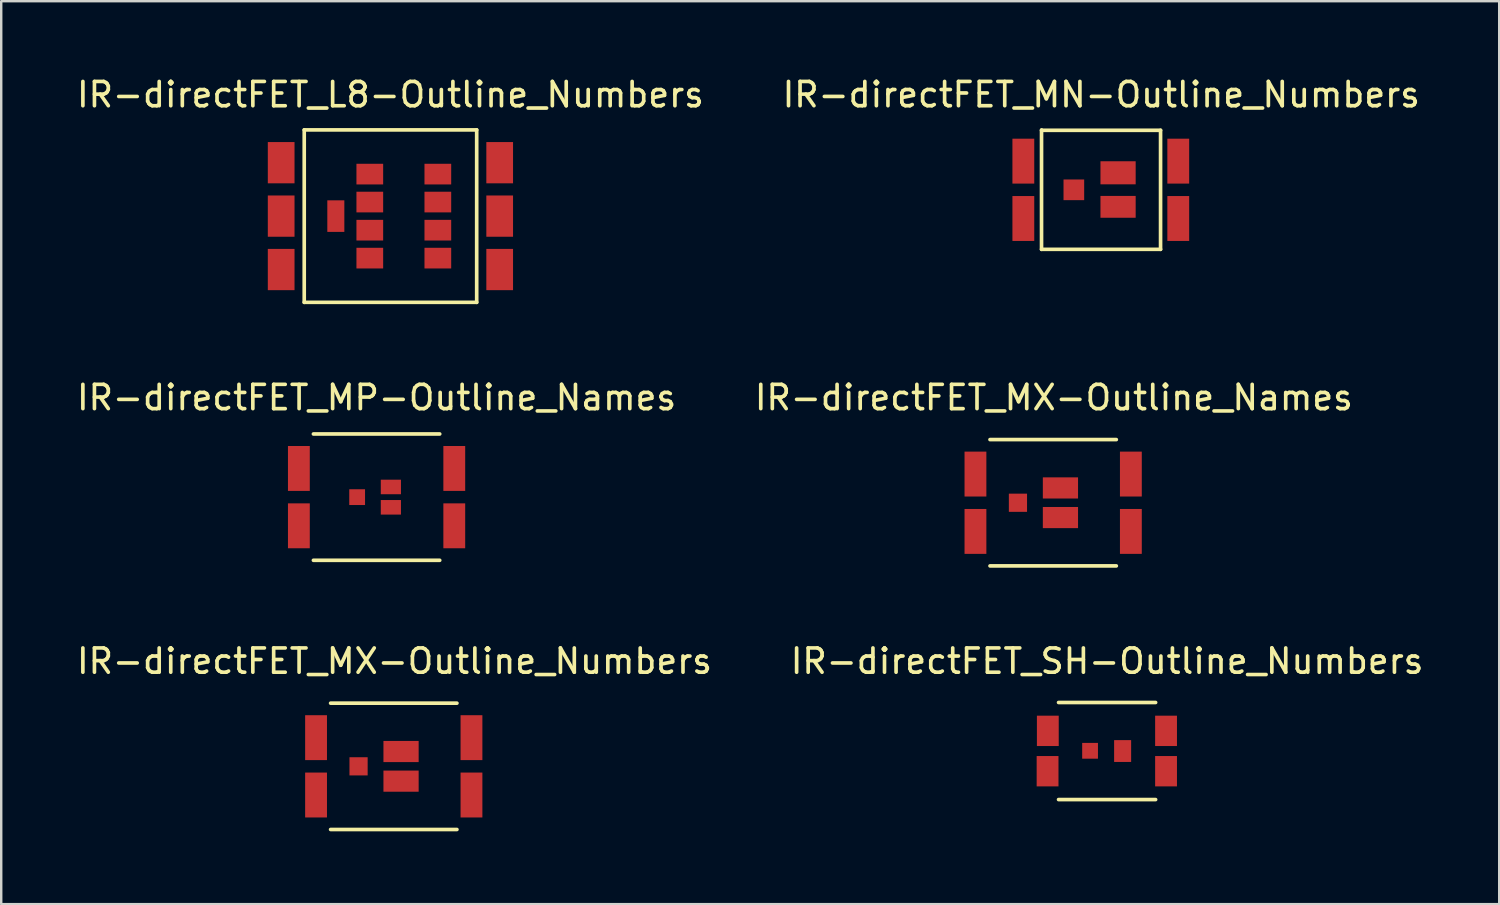
<source format=kicad_pcb>
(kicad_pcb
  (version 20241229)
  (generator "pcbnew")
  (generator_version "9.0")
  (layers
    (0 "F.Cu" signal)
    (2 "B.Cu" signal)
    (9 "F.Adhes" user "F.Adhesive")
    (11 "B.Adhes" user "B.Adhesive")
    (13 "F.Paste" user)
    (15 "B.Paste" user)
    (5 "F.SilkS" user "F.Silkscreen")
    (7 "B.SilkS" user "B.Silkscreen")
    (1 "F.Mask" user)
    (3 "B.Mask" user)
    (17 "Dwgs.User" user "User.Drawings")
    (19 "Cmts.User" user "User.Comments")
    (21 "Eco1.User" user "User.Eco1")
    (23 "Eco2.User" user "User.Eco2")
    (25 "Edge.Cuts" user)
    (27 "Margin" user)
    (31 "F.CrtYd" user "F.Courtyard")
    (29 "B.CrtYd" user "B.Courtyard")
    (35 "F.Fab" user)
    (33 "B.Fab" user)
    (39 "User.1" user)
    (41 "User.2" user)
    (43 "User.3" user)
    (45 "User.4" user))
  (footprint "IR-directFET_L8-Outline_Numbers"
    (layer "F.Cu")
    (at 13.03 5.85)
    (property "Reference" "IR-directFET_L8-Outline_Numbers" (at 0 -5.001 0) (layer "F.SilkS") (effects (font (size 1 1) (thickness 0.15))))
    (attr through_hole)
    (fp_line (start -3.551 -3.551) (end 3.551 -3.551) (stroke (width 0.15) (type solid)) (layer "F.SilkS"))
    (fp_line (start -3.551 3.551) (end -3.551 -3.551) (stroke (width 0.15) (type solid)) (layer "F.SilkS"))
    (fp_line (start 3.551 -3.551) (end 3.551 3.551) (stroke (width 0.15) (type solid)) (layer "F.SilkS"))
    (fp_line (start 3.551 3.551) (end -3.551 3.551) (stroke (width 0.15) (type solid)) (layer "F.SilkS"))
    (pad "1" smd rect (at 4.498 -2.2) (size 1.1 1.699) (layers "F.Cu" "F.Mask" "F.Paste"))
    (pad "2" smd rect (at 4.498 0) (size 1.1 1.699) (layers "F.Cu" "F.Mask" "F.Paste"))
    (pad "3" smd rect (at 4.498 2.2) (size 1.1 1.699) (layers "F.Cu" "F.Mask" "F.Paste"))
    (pad "4" smd rect (at 1.951 -1.73) (size 1.1 0.851) (layers "F.Cu" "F.Mask" "F.Paste"))
    (pad "5" smd rect (at 1.951 -0.579) (size 1.1 0.851) (layers "F.Cu" "F.Mask" "F.Paste"))
    (pad "6" smd rect (at 1.951 0.579) (size 1.1 0.851) (layers "F.Cu" "F.Mask" "F.Paste"))
    (pad "7" smd rect (at 1.951 1.73) (size 1.1 0.851) (layers "F.Cu" "F.Mask" "F.Paste"))
    (pad "8" smd rect (at -0.851 -1.73) (size 1.1 0.851) (layers "F.Cu" "F.Mask" "F.Paste"))
    (pad "9" smd rect (at -0.851 -0.579) (size 1.1 0.851) (layers "F.Cu" "F.Mask" "F.Paste"))
    (pad "10" smd rect (at -0.851 0.579) (size 1.1 0.851) (layers "F.Cu" "F.Mask" "F.Paste"))
    (pad "11" smd rect (at -0.851 1.73) (size 1.1 0.851) (layers "F.Cu" "F.Mask" "F.Paste"))
    (pad "12" smd rect (at -2.25 0) (size 0.701 1.3) (layers "F.Cu" "F.Mask" "F.Paste"))
    (pad "13" smd rect (at -4.501 -2.2) (size 1.1 1.699) (layers "F.Cu" "F.Mask" "F.Paste"))
    (pad "14" smd rect (at -4.501 0) (size 1.1 1.699) (layers "F.Cu" "F.Mask" "F.Paste"))
    (pad "15" smd rect (at -4.501 2.2) (size 1.1 1.699) (layers "F.Cu" "F.Mask" "F.Paste")))
  (footprint "IR-directFET_MX-Outline_Names"
    (layer "F.Cu")
    (at 40.321 17.654)
    (property "Reference" "IR-directFET_MX-Outline_Names" (at 0.03 -4.331 0) (layer "F.SilkS") (effects (font (size 1 1) (thickness 0.15))))
    (attr through_hole)
    (fp_line (start -2.601 -2.601) (end 2.601 -2.601) (stroke (width 0.15) (type solid)) (layer "F.SilkS"))
    (fp_line (start 2.601 2.601) (end -2.601 2.601) (stroke (width 0.15) (type solid)) (layer "F.SilkS"))
    (pad "D" smd rect (at -3.2 -1.181) (size 0.899 1.849) (layers "F.Cu" "F.Mask" "F.Paste"))
    (pad "D" smd rect (at -3.2 1.181) (size 0.899 1.849) (layers "F.Cu" "F.Mask" "F.Paste"))
    (pad "D" smd rect (at 3.2 -1.181) (size 0.899 1.849) (layers "F.Cu" "F.Mask" "F.Paste"))
    (pad "D" smd rect (at 3.2 1.181) (size 0.899 1.849) (layers "F.Cu" "F.Mask" "F.Paste"))
    (pad "G" smd rect (at -1.45 0) (size 0.749 0.749) (layers "F.Cu" "F.Mask" "F.Paste"))
    (pad "S" smd rect (at 0.3 -0.61) (size 1.45 0.871) (layers "F.Cu" "F.Mask" "F.Paste"))
    (pad "S" smd rect (at 0.3 0.61) (size 1.45 0.871) (layers "F.Cu" "F.Mask" "F.Paste")))
  (footprint "IR-directFET_MX-Outline_Numbers"
    (layer "F.Cu")
    (at 13.166 28.509)
    (property "Reference" "IR-directFET_MX-Outline_Numbers" (at 0.03 -4.331 0) (layer "F.SilkS") (effects (font (size 1 1) (thickness 0.15))))
    (attr through_hole)
    (fp_line (start -2.601 -2.601) (end 2.601 -2.601) (stroke (width 0.15) (type solid)) (layer "F.SilkS"))
    (fp_line (start 2.601 2.601) (end -2.601 2.601) (stroke (width 0.15) (type solid)) (layer "F.SilkS"))
    (pad "D" smd rect (at -3.2 -1.181) (size 0.899 1.849) (layers "F.Cu" "F.Mask" "F.Paste"))
    (pad "D" smd rect (at -3.2 1.181) (size 0.899 1.849) (layers "F.Cu" "F.Mask" "F.Paste"))
    (pad "D" smd rect (at 3.2 -1.181) (size 0.899 1.849) (layers "F.Cu" "F.Mask" "F.Paste"))
    (pad "D" smd rect (at 3.2 1.181) (size 0.899 1.849) (layers "F.Cu" "F.Mask" "F.Paste"))
    (pad "G" smd rect (at -1.45 0) (size 0.749 0.749) (layers "F.Cu" "F.Mask" "F.Paste"))
    (pad "S" smd rect (at 0.3 -0.61) (size 1.45 0.871) (layers "F.Cu" "F.Mask" "F.Paste"))
    (pad "S" smd rect (at 0.3 0.61) (size 1.45 0.871) (layers "F.Cu" "F.Mask" "F.Paste")))
  (footprint "IR-directFET_SH-Outline_Numbers"
    (layer "F.Cu")
    (at 42.542 27.879)
    (property "Reference" "IR-directFET_SH-Outline_Numbers" (at 0 -3.701 0) (layer "F.SilkS") (effects (font (size 1 1) (thickness 0.15))))
    (attr through_hole)
    (fp_line (start -1.999 -1.999) (end 1.999 -1.999) (stroke (width 0.15) (type solid)) (layer "F.SilkS"))
    (fp_line (start 1.999 1.999) (end -1.999 1.999) (stroke (width 0.15) (type solid)) (layer "F.SilkS"))
    (pad "D" smd rect (at -2.451 0.831) (size 0.899 1.25) (layers "F.Cu" "F.Mask" "F.Paste"))
    (pad "D" smd rect (at -2.441 -0.831) (size 0.899 1.25) (layers "F.Cu" "F.Mask" "F.Paste"))
    (pad "D" smd rect (at 2.428 -0.831) (size 0.899 1.25) (layers "F.Cu" "F.Mask" "F.Paste"))
    (pad "D" smd rect (at 2.428 0.831) (size 0.899 1.25) (layers "F.Cu" "F.Mask" "F.Paste"))
    (pad "G" smd rect (at -0.701 -0.01) (size 0.65 0.65) (layers "F.Cu" "F.Mask" "F.Paste"))
    (pad "S" smd rect (at 0.64 0) (size 0.701 0.899) (layers "F.Cu" "F.Mask" "F.Paste")))
  (footprint "IR-directFET_MN-Outline_Numbers"
    (layer "F.Cu")
    (at 42.293 4.767)
    (property "Reference" "IR-directFET_MN-Outline_Numbers" (at 0.01 -3.919 0) (layer "F.SilkS") (effects (font (size 1 1) (thickness 0.15))))
    (attr through_hole)
    (fp_line (start -2.451 -2.451) (end -2.451 -2.461) (stroke (width 0.15) (type solid)) (layer "F.SilkS"))
    (fp_line (start -2.451 2.451) (end -2.451 -2.451) (stroke (width 0.15) (type solid)) (layer "F.SilkS"))
    (fp_line (start -2.441 -2.451) (end 2.451 -2.451) (stroke (width 0.15) (type solid)) (layer "F.SilkS"))
    (fp_line (start 2.451 -2.451) (end 2.451 2.451) (stroke (width 0.15) (type solid)) (layer "F.SilkS"))
    (fp_line (start 2.451 2.451) (end -2.451 2.451) (stroke (width 0.15) (type solid)) (layer "F.SilkS"))
    (pad "1" smd rect (at 3.18 -1.181) (size 0.899 1.849) (layers "F.Cu" "F.Mask" "F.Paste"))
    (pad "2" smd rect (at 3.18 1.181) (size 0.899 1.849) (layers "F.Cu" "F.Mask" "F.Paste"))
    (pad "3" smd rect (at 0.701 -0.701) (size 1.45 0.95) (layers "F.Cu" "F.Mask" "F.Paste"))
    (pad "4" smd rect (at 0.701 0.701) (size 1.45 0.899) (layers "F.Cu" "F.Mask" "F.Paste"))
    (pad "5" smd rect (at -1.12 0) (size 0.851 0.851) (layers "F.Cu" "F.Mask" "F.Paste"))
    (pad "6" smd rect (at -3.2 -1.181) (size 0.899 1.849) (layers "F.Cu" "F.Mask" "F.Paste"))
    (pad "7" smd rect (at -3.2 1.181) (size 0.899 1.849) (layers "F.Cu" "F.Mask" "F.Paste")))
  (footprint "IR-directFET_MP-Outline_Names"
    (layer "F.Cu")
    (at 12.458 17.423)
    (property "Reference" "IR-directFET_MP-Outline_Names" (at 0 -4.1 0) (layer "F.SilkS") (effects (font (size 1 1) (thickness 0.15))))
    (attr through_hole)
    (fp_line (start -2.601 -2.601) (end 2.601 -2.601) (stroke (width 0.15) (type solid)) (layer "F.SilkS"))
    (fp_line (start 2.601 2.601) (end -2.601 2.601) (stroke (width 0.15) (type solid)) (layer "F.SilkS"))
    (pad "D" smd rect (at -3.2 -1.181) (size 0.899 1.849) (layers "F.Cu" "F.Mask" "F.Paste"))
    (pad "D" smd rect (at -3.2 1.181) (size 0.899 1.849) (layers "F.Cu" "F.Mask" "F.Paste"))
    (pad "D" smd rect (at 3.2 -1.181) (size 0.899 1.849) (layers "F.Cu" "F.Mask" "F.Paste"))
    (pad "D" smd rect (at 3.2 1.181) (size 0.899 1.849) (layers "F.Cu" "F.Mask" "F.Paste"))
    (pad "G" smd rect (at -0.8 0) (size 0.65 0.65) (layers "F.Cu" "F.Mask" "F.Paste"))
    (pad "S" smd rect (at 0.589 -0.419) (size 0.831 0.599) (layers "F.Cu" "F.Mask" "F.Paste"))
    (pad "S" smd rect (at 0.589 0.419) (size 0.831 0.599) (layers "F.Cu" "F.Mask" "F.Paste")))
  (gr_rect
    (start -3 -3)
    (end 58.69 34.185)
    (stroke (width 0.1) (type default))
    (fill no)
    (layer "Edge.Cuts")))
</source>
